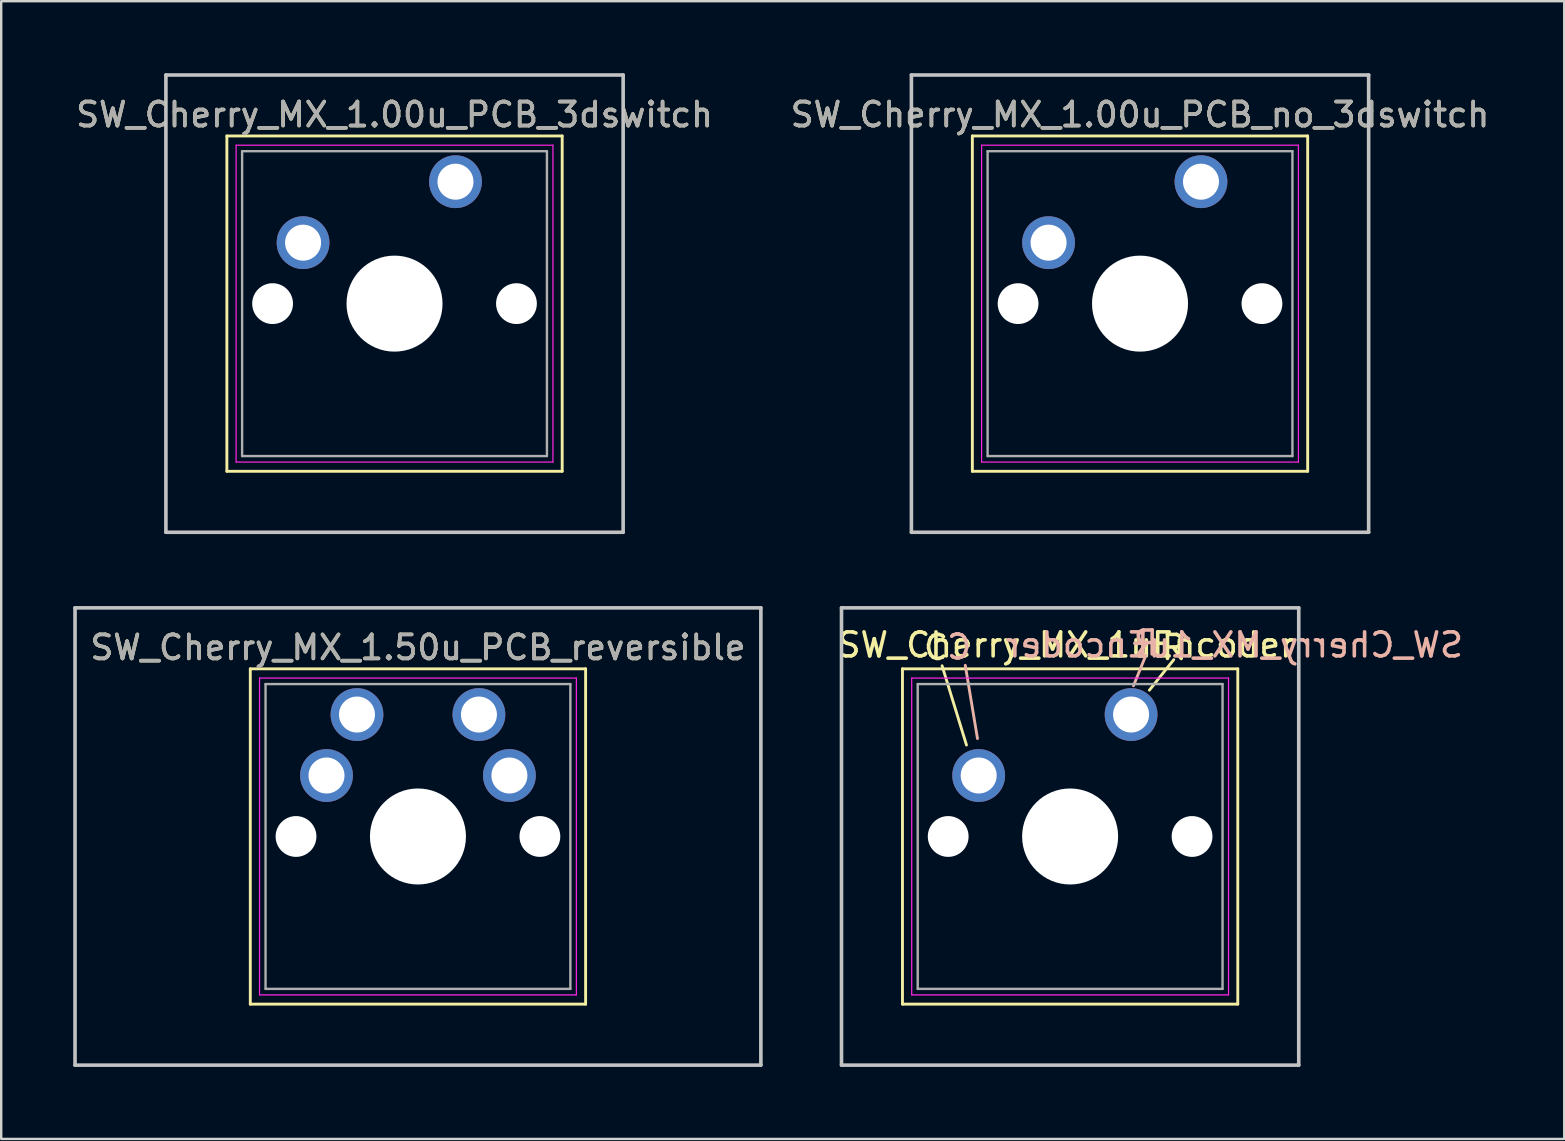
<source format=kicad_pcb>
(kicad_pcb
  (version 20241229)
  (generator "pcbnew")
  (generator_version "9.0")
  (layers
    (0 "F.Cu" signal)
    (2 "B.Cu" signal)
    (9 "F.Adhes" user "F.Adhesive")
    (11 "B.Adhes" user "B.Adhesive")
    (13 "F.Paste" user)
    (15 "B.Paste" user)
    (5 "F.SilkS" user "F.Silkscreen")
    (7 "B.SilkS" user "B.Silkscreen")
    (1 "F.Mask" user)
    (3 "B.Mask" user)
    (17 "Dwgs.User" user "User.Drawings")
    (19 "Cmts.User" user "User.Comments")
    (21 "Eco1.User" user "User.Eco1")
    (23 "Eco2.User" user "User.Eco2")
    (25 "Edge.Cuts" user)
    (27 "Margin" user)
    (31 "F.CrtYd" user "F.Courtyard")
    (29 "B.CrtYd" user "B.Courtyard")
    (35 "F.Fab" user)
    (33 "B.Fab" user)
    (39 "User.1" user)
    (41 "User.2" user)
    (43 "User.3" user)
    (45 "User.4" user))
  (footprint "SW_Cherry_MX_1uEncoder"
    (layer "F.Cu")
    (at 44.074 26.72)
    (property "Reference" "SW_Cherry_MX_1uEncoder" (at -2.7 -2.9 0) (layer "F.SilkS") (effects (font (size 1 1) (thickness 0.15))))
    (attr through_hole)
    (fp_line (start -9.525 -1.905) (end 4.445 -1.905) (stroke (width 0.12) (type solid)) (layer "F.SilkS"))
    (fp_line (start -9.525 12.065) (end -9.525 -1.905) (stroke (width 0.12) (type solid)) (layer "F.SilkS"))
    (fp_line (start -6.858 1.27) (end -7.874 -2.032) (stroke (width 0.12) (type solid)) (layer "F.SilkS"))
    (fp_line (start 1.778 -2.286) (end 0.762 -1.016) (stroke (width 0.12) (type solid)) (layer "F.SilkS"))
    (fp_line (start 4.445 -1.905) (end 4.445 12.065) (stroke (width 0.12) (type solid)) (layer "F.SilkS"))
    (fp_line (start 4.445 12.065) (end -9.525 12.065) (stroke (width 0.12) (type solid)) (layer "F.SilkS"))
    (fp_line (start -6.4 1) (end -6.908 -2.051) (stroke (width 0.12) (type solid)) (layer "B.SilkS"))
    (fp_line (start 0.616 -2.47) (end 0.1 -1.2) (stroke (width 0.12) (type solid)) (layer "B.SilkS"))
    (fp_line (start -12.065 -4.445) (end 6.985 -4.445) (stroke (width 0.15) (type solid)) (layer "Dwgs.User"))
    (fp_line (start -12.065 14.605) (end -12.065 -4.445) (stroke (width 0.15) (type solid)) (layer "Dwgs.User"))
    (fp_line (start 6.985 -4.445) (end 6.985 14.605) (stroke (width 0.15) (type solid)) (layer "Dwgs.User"))
    (fp_line (start 6.985 14.605) (end -12.065 14.605) (stroke (width 0.15) (type solid)) (layer "Dwgs.User"))
    (fp_line (start -9.14 -1.52) (end 4.06 -1.52) (stroke (width 0.05) (type solid)) (layer "F.CrtYd"))
    (fp_line (start -9.14 11.68) (end -9.14 -1.52) (stroke (width 0.05) (type solid)) (layer "F.CrtYd"))
    (fp_line (start 4.06 -1.52) (end 4.06 11.68) (stroke (width 0.05) (type solid)) (layer "F.CrtYd"))
    (fp_line (start 4.06 11.68) (end -9.14 11.68) (stroke (width 0.05) (type solid)) (layer "F.CrtYd"))
    (fp_line (start -8.89 -1.27) (end 3.81 -1.27) (stroke (width 0.1) (type solid)) (layer "F.Fab"))
    (fp_line (start -8.89 11.43) (end -8.89 -1.27) (stroke (width 0.1) (type solid)) (layer "F.Fab"))
    (fp_line (start 3.81 -1.27) (end 3.81 11.43) (stroke (width 0.1) (type solid)) (layer "F.Fab"))
    (fp_line (start 3.81 11.43) (end -8.89 11.43) (stroke (width 0.1) (type solid)) (layer "F.Fab"))
    (fp_text user "C" (at -8.128 -2.794 0) (unlocked yes) (layer "F.SilkS") (effects (font (size 1 1) (thickness 0.15))))
    (fp_text user "R" (at 1.778 -2.794 0) (unlocked yes) (layer "F.SilkS") (effects (font (size 1 1) (thickness 0.15))))
    (fp_text user "C" (at -7.162 -2.813 0) (unlocked yes) (layer "B.SilkS") (effects (font (size 1 1) (thickness 0.15)) (justify mirror)))
    (fp_text user "${REFERENCE}" (at 4.3 -2.9 0) (unlocked yes) (layer "B.SilkS") (effects (font (size 1 1) (thickness 0.15)) (justify mirror)))
    (fp_text user "R" (at 0.616 -2.978 0) (unlocked yes) (layer "B.SilkS") (effects (font (size 1 1) (thickness 0.15)) (justify mirror)))
    (pad "" np_thru_hole circle (at -7.62 5.08) (size 1.7 1.7) (drill 1.7) (layers "*.Cu" "*.Mask"))
    (pad "" np_thru_hole circle (at -2.54 5.08) (size 4 4) (drill 4) (layers "*.Cu" "*.Mask"))
    (pad "" np_thru_hole circle (at 2.54 5.08) (size 1.7 1.7) (drill 1.7) (layers "*.Cu" "*.Mask"))
    (pad "1" thru_hole circle (at 0 0) (size 2.2 2.2) (drill 1.5) (layers "*.Cu" "*.Mask"))
    (pad "2" thru_hole circle (at -6.35 2.54) (size 2.2 2.2) (drill 1.5) (layers "*.Cu" "*.Mask")))
  (footprint "SW_Cherry_MX_1.50u_PCB_reversible"
    (layer "F.Cu")
    (at 14.363 31.8)
    (property "Reference" "SW_Cherry_MX_1.50u_PCB_reversible" (at 0 -7.874 0) (layer "F.SilkS") (effects (font (size 1 1) (thickness 0.15))))
    (attr through_hole)
    (fp_line (start -6.985 -6.985) (end 6.985 -6.985) (stroke (width 0.12) (type solid)) (layer "F.SilkS"))
    (fp_line (start -6.985 6.985) (end -6.985 -6.985) (stroke (width 0.12) (type solid)) (layer "F.SilkS"))
    (fp_line (start 6.985 -6.985) (end 6.985 6.985) (stroke (width 0.12) (type solid)) (layer "F.SilkS"))
    (fp_line (start 6.985 6.985) (end -6.985 6.985) (stroke (width 0.12) (type solid)) (layer "F.SilkS"))
    (fp_line (start -14.287 -9.525) (end 14.287 -9.525) (stroke (width 0.15) (type solid)) (layer "Dwgs.User"))
    (fp_line (start -14.287 9.525) (end -14.287 -9.525) (stroke (width 0.15) (type solid)) (layer "Dwgs.User"))
    (fp_line (start 14.287 -9.525) (end 14.287 9.525) (stroke (width 0.15) (type solid)) (layer "Dwgs.User"))
    (fp_line (start 14.287 9.525) (end -14.287 9.525) (stroke (width 0.15) (type solid)) (layer "Dwgs.User"))
    (fp_line (start -6.6 -6.6) (end 6.6 -6.6) (stroke (width 0.05) (type solid)) (layer "F.CrtYd"))
    (fp_line (start -6.6 6.6) (end -6.6 -6.6) (stroke (width 0.05) (type solid)) (layer "F.CrtYd"))
    (fp_line (start 6.6 -6.6) (end 6.6 6.6) (stroke (width 0.05) (type solid)) (layer "F.CrtYd"))
    (fp_line (start 6.6 6.6) (end -6.6 6.6) (stroke (width 0.05) (type solid)) (layer "F.CrtYd"))
    (fp_line (start -6.35 -6.35) (end 6.35 -6.35) (stroke (width 0.1) (type solid)) (layer "F.Fab"))
    (fp_line (start -6.35 6.35) (end -6.35 -6.35) (stroke (width 0.1) (type solid)) (layer "F.Fab"))
    (fp_line (start 6.35 -6.35) (end 6.35 6.35) (stroke (width 0.1) (type solid)) (layer "F.Fab"))
    (fp_line (start 6.35 6.35) (end -6.35 6.35) (stroke (width 0.1) (type solid)) (layer "F.Fab"))
    (fp_text user "${REFERENCE}" (at 0 -7.874 0) (layer "F.Fab") (effects (font (size 1 1) (thickness 0.15))))
    (pad "" np_thru_hole circle (at -5.08 0) (size 1.7 1.7) (drill 1.7) (layers "*.Cu" "*.Mask"))
    (pad "" np_thru_hole circle (at 0 0) (size 4 4) (drill 4) (layers "*.Cu" "*.Mask"))
    (pad "" np_thru_hole circle (at 5.08 0) (size 1.7 1.7) (drill 1.7) (layers "*.Cu" "*.Mask"))
    (pad "1" thru_hole circle (at 2.54 -5.08) (size 2.2 2.2) (drill 1.5) (layers "*.Cu" "*.Mask"))
    (pad "1" thru_hole circle (at 3.81 -2.54) (size 2.2 2.2) (drill 1.5) (layers "*.Cu" "*.Mask"))
    (pad "2" thru_hole circle (at -3.81 -2.54) (size 2.2 2.2) (drill 1.5) (layers "*.Cu" "*.Mask"))
    (pad "2" thru_hole circle (at -2.54 -5.08) (size 2.2 2.2) (drill 1.5) (layers "*.Cu" "*.Mask")))
  (footprint "SW_Cherry_MX_1.00u_PCB_3dswitch"
    (layer "F.Cu")
    (at 15.927 4.52)
    (property "Reference" "SW_Cherry_MX_1.00u_PCB_3dswitch" (at -2.54 -2.794 0) (layer "F.SilkS") (effects (font (size 1 1) (thickness 0.15))))
    (attr through_hole)
    (fp_line (start -9.525 -1.905) (end 4.445 -1.905) (stroke (width 0.12) (type solid)) (layer "F.SilkS"))
    (fp_line (start -9.525 12.065) (end -9.525 -1.905) (stroke (width 0.12) (type solid)) (layer "F.SilkS"))
    (fp_line (start 4.445 -1.905) (end 4.445 12.065) (stroke (width 0.12) (type solid)) (layer "F.SilkS"))
    (fp_line (start 4.445 12.065) (end -9.525 12.065) (stroke (width 0.12) (type solid)) (layer "F.SilkS"))
    (fp_line (start -12.065 -4.445) (end 6.985 -4.445) (stroke (width 0.15) (type solid)) (layer "Dwgs.User"))
    (fp_line (start -12.065 14.605) (end -12.065 -4.445) (stroke (width 0.15) (type solid)) (layer "Dwgs.User"))
    (fp_line (start 6.985 -4.445) (end 6.985 14.605) (stroke (width 0.15) (type solid)) (layer "Dwgs.User"))
    (fp_line (start 6.985 14.605) (end -12.065 14.605) (stroke (width 0.15) (type solid)) (layer "Dwgs.User"))
    (fp_line (start -9.14 -1.52) (end 4.06 -1.52) (stroke (width 0.05) (type solid)) (layer "F.CrtYd"))
    (fp_line (start -9.14 11.68) (end -9.14 -1.52) (stroke (width 0.05) (type solid)) (layer "F.CrtYd"))
    (fp_line (start 4.06 -1.52) (end 4.06 11.68) (stroke (width 0.05) (type solid)) (layer "F.CrtYd"))
    (fp_line (start 4.06 11.68) (end -9.14 11.68) (stroke (width 0.05) (type solid)) (layer "F.CrtYd"))
    (fp_line (start -8.89 -1.27) (end 3.81 -1.27) (stroke (width 0.1) (type solid)) (layer "F.Fab"))
    (fp_line (start -8.89 11.43) (end -8.89 -1.27) (stroke (width 0.1) (type solid)) (layer "F.Fab"))
    (fp_line (start 3.81 -1.27) (end 3.81 11.43) (stroke (width 0.1) (type solid)) (layer "F.Fab"))
    (fp_line (start 3.81 11.43) (end -8.89 11.43) (stroke (width 0.1) (type solid)) (layer "F.Fab"))
    (fp_text user "${REFERENCE}" (at -2.54 -2.794 0) (layer "F.Fab") (effects (font (size 1 1) (thickness 0.15))))
    (pad "" np_thru_hole circle (at -7.62 5.08) (size 1.7 1.7) (drill 1.7) (layers "*.Cu" "*.Mask"))
    (pad "" np_thru_hole circle (at -2.54 5.08) (size 4 4) (drill 4) (layers "*.Cu" "*.Mask"))
    (pad "" np_thru_hole circle (at 2.54 5.08) (size 1.7 1.7) (drill 1.7) (layers "*.Cu" "*.Mask"))
    (pad "1" thru_hole circle (at 0 0) (size 2.2 2.2) (drill 1.5) (layers "*.Cu" "*.Mask"))
    (pad "2" thru_hole circle (at -6.35 2.54) (size 2.2 2.2) (drill 1.5) (layers "*.Cu" "*.Mask")))
  (footprint "SW_Cherry_MX_1.00u_PCB_no_3dswitch"
    (layer "F.Cu")
    (at 46.986 4.52)
    (property "Reference" "SW_Cherry_MX_1.00u_PCB_no_3dswitch" (at -2.54 -2.794 0) (layer "F.SilkS") (effects (font (size 1 1) (thickness 0.15))))
    (attr through_hole)
    (fp_line (start -9.525 -1.905) (end 4.445 -1.905) (stroke (width 0.12) (type solid)) (layer "F.SilkS"))
    (fp_line (start -9.525 12.065) (end -9.525 -1.905) (stroke (width 0.12) (type solid)) (layer "F.SilkS"))
    (fp_line (start 4.445 -1.905) (end 4.445 12.065) (stroke (width 0.12) (type solid)) (layer "F.SilkS"))
    (fp_line (start 4.445 12.065) (end -9.525 12.065) (stroke (width 0.12) (type solid)) (layer "F.SilkS"))
    (fp_line (start -12.065 -4.445) (end 6.985 -4.445) (stroke (width 0.15) (type solid)) (layer "Dwgs.User"))
    (fp_line (start -12.065 14.605) (end -12.065 -4.445) (stroke (width 0.15) (type solid)) (layer "Dwgs.User"))
    (fp_line (start 6.985 -4.445) (end 6.985 14.605) (stroke (width 0.15) (type solid)) (layer "Dwgs.User"))
    (fp_line (start 6.985 14.605) (end -12.065 14.605) (stroke (width 0.15) (type solid)) (layer "Dwgs.User"))
    (fp_line (start -9.14 -1.52) (end 4.06 -1.52) (stroke (width 0.05) (type solid)) (layer "F.CrtYd"))
    (fp_line (start -9.14 11.68) (end -9.14 -1.52) (stroke (width 0.05) (type solid)) (layer "F.CrtYd"))
    (fp_line (start 4.06 -1.52) (end 4.06 11.68) (stroke (width 0.05) (type solid)) (layer "F.CrtYd"))
    (fp_line (start 4.06 11.68) (end -9.14 11.68) (stroke (width 0.05) (type solid)) (layer "F.CrtYd"))
    (fp_line (start -8.89 -1.27) (end 3.81 -1.27) (stroke (width 0.1) (type solid)) (layer "F.Fab"))
    (fp_line (start -8.89 11.43) (end -8.89 -1.27) (stroke (width 0.1) (type solid)) (layer "F.Fab"))
    (fp_line (start 3.81 -1.27) (end 3.81 11.43) (stroke (width 0.1) (type solid)) (layer "F.Fab"))
    (fp_line (start 3.81 11.43) (end -8.89 11.43) (stroke (width 0.1) (type solid)) (layer "F.Fab"))
    (fp_text user "${REFERENCE}" (at -2.54 -2.794 0) (layer "F.Fab") (effects (font (size 1 1) (thickness 0.15))))
    (pad "" np_thru_hole circle (at -7.62 5.08) (size 1.7 1.7) (drill 1.7) (layers "*.Cu" "*.Mask"))
    (pad "" np_thru_hole circle (at -2.54 5.08) (size 4 4) (drill 4) (layers "*.Cu" "*.Mask"))
    (pad "" np_thru_hole circle (at 2.54 5.08) (size 1.7 1.7) (drill 1.7) (layers "*.Cu" "*.Mask"))
    (pad "1" thru_hole circle (at 0 0) (size 2.2 2.2) (drill 1.5) (layers "*.Cu" "*.Mask"))
    (pad "2" thru_hole circle (at -6.35 2.54) (size 2.2 2.2) (drill 1.5) (layers "*.Cu" "*.Mask")))
  (gr_rect
    (start -3 -3)
    (end 62.119 44.4)
    (stroke (width 0.1) (type default))
    (fill no)
    (layer "Edge.Cuts")))
</source>
